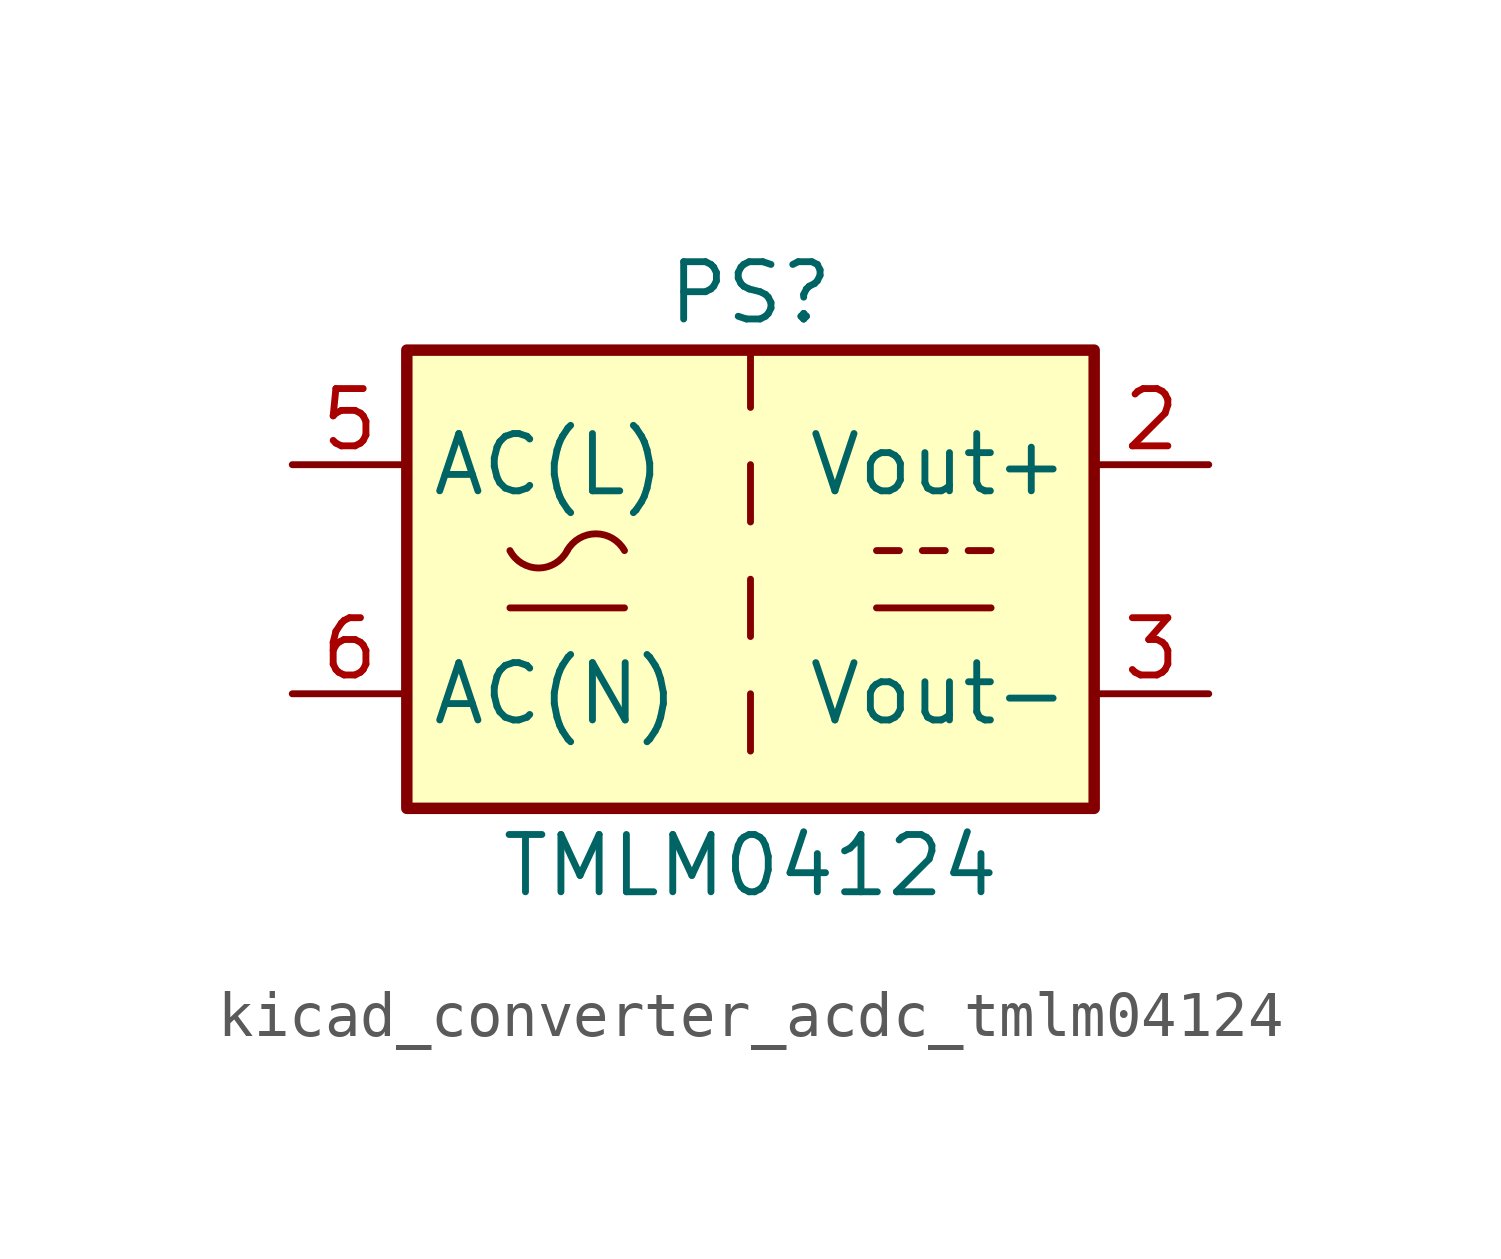
<source format=kicad_sym>
(kicad_symbol_lib
  (version 20220914)
  (generator kicad_symbol_editor)
  (symbol "kicad_converter_acdc_tmlm04124"
    (property "Reference" "PS"
      (at 0 6.35 0)
      (effects (font (size 1.27 1.27))))
    (property "Value" "TMLM04124"
      (at 0 -6.35 0)
      (effects (font (size 1.27 1.27))))
    (symbol "kicad_converter_acdc_tmlm04124_0_1"
      (rectangle (start -7.62 5.08) (end 7.62 -5.08) (stroke (width 0.254) (type default)) (fill (type background)))
      (arc (start -5.334 0.635) (mid -4.699 0.2495) (end -4.064 0.635) (stroke (width 0) (type default)) (fill (type none)))
      (arc (start -2.794 0.635) (mid -3.429 1.0072) (end -4.064 0.635) (stroke (width 0) (type default)) (fill (type none)))
      (polyline (pts (xy -5.334 -0.635) (xy -2.794 -0.635)) (stroke (width 0) (type default)) (fill (type none)))
      (polyline (pts (xy 0 -2.54) (xy 0 -3.81)) (stroke (width 0) (type default)) (fill (type none)))
      (polyline (pts (xy 0 0) (xy 0 -1.27)) (stroke (width 0) (type default)) (fill (type none)))
      (polyline (pts (xy 0 2.54) (xy 0 1.27)) (stroke (width 0) (type default)) (fill (type none)))
      (polyline (pts (xy 0 5.08) (xy 0 3.81)) (stroke (width 0) (type default)) (fill (type none)))
      (polyline (pts (xy 2.794 -0.635) (xy 5.334 -0.635)) (stroke (width 0) (type default)) (fill (type none)))
      (polyline (pts (xy 2.794 0.635) (xy 3.302 0.635)) (stroke (width 0) (type default)) (fill (type none)))
      (polyline (pts (xy 3.81 0.635) (xy 4.318 0.635)) (stroke (width 0) (type default)) (fill (type none)))
      (polyline (pts (xy 4.826 0.635) (xy 5.334 0.635)) (stroke (width 0) (type default)) (fill (type none))))
    (symbol "kicad_converter_acdc_tmlm04124_1_1"
      (pin power_out line (at 10.16 2.54 180) (length 2.54) (name "Vout+" (effects (font (size 1.27 1.27)))) (number "2" (effects (font (size 1.27 1.27)))))
      (pin power_out line (at 10.16 -2.54 180) (length 2.54) (name "Vout-" (effects (font (size 1.27 1.27)))) (number "3" (effects (font (size 1.27 1.27)))))
      (pin power_in line (at -10.16 2.54 0) (length 2.54) (name "AC(L)" (effects (font (size 1.27 1.27)))) (number "5" (effects (font (size 1.27 1.27)))))
      (pin power_in line (at -10.16 -2.54 0) (length 2.54) (name "AC(N)" (effects (font (size 1.27 1.27)))) (number "6" (effects (font (size 1.27 1.27))))))))
</source>
